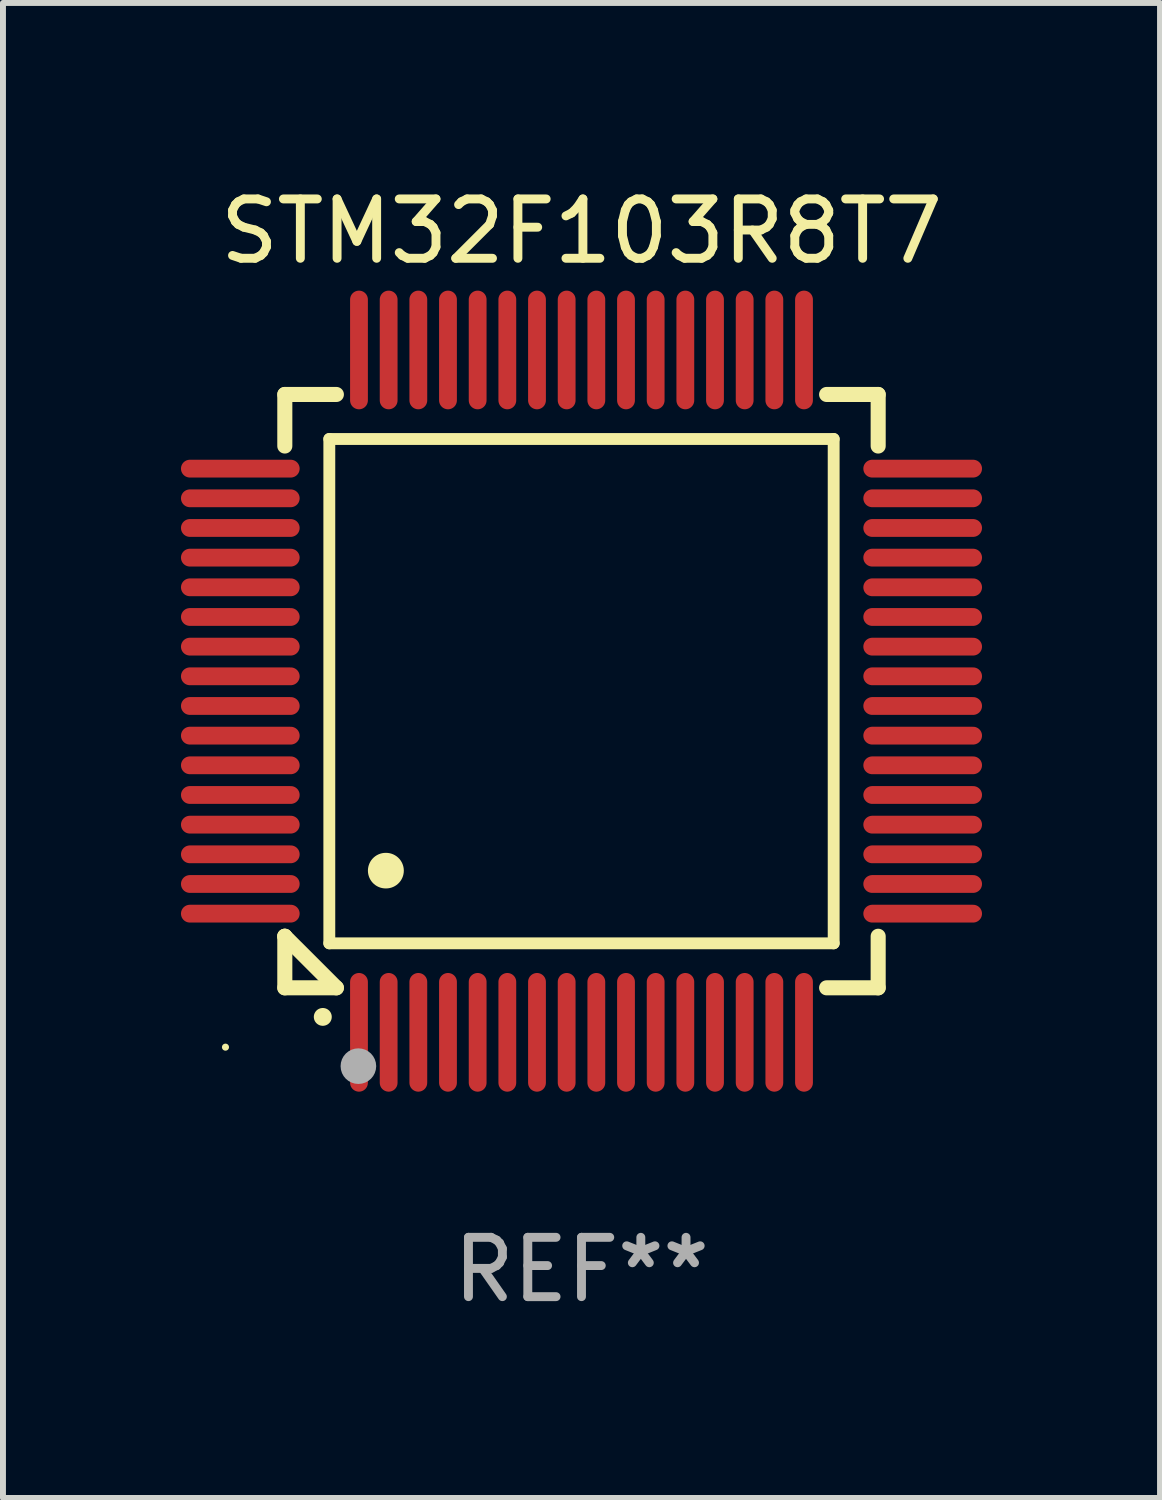
<source format=kicad_pcb>
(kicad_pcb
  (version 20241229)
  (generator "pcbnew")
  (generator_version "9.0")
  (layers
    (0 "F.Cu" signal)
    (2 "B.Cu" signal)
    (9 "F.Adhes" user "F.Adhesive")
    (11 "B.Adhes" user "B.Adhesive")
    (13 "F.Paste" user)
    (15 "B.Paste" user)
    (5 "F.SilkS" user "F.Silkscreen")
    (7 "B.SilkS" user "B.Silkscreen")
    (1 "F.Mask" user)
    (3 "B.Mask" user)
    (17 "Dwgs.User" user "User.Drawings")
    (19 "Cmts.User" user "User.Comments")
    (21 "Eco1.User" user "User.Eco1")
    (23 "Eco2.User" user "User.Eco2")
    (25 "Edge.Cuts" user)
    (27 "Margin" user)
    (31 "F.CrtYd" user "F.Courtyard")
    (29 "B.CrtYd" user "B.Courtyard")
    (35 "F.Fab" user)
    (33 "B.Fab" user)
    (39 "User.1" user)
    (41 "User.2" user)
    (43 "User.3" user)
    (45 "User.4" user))
  (footprint "STM32F103R8T7"
    (layer "F.Cu")
    (at 6.75 8.598)
    (property "Reference" "STM32F103R8T7" (at 0 -7.75 0) (layer "F.SilkS") (effects (font (size 1 1) (thickness 0.15))))
    (attr through_hole)
    (fp_line (start -5 -5) (end -4.131 -5) (stroke (width 0.254) (type solid)) (layer "F.SilkS"))
    (fp_line (start -5 -4.131) (end -5 -5) (stroke (width 0.254) (type solid)) (layer "F.SilkS"))
    (fp_line (start -5 4.131) (end -5 4.131) (stroke (width 0.254) (type solid)) (layer "F.SilkS"))
    (fp_line (start -5 5) (end -5 4.131) (stroke (width 0.254) (type solid)) (layer "F.SilkS"))
    (fp_line (start -5 4.131) (end -4.131 5) (stroke (width 0.254) (type solid)) (layer "F.SilkS"))
    (fp_line (start -4.25 -4.25) (end -4.25 4.25) (stroke (width 0.2) (type solid)) (layer "F.SilkS"))
    (fp_line (start -4.25 4.25) (end 4.25 4.25) (stroke (width 0.2) (type solid)) (layer "F.SilkS"))
    (fp_line (start -4.131 5) (end -5 5) (stroke (width 0.254) (type solid)) (layer "F.SilkS"))
    (fp_line (start 4.25 -4.25) (end -4.25 -4.25) (stroke (width 0.2) (type solid)) (layer "F.SilkS"))
    (fp_line (start 4.25 4.25) (end 4.25 -4.25) (stroke (width 0.2) (type solid)) (layer "F.SilkS"))
    (fp_line (start 5 -5) (end 4.131 -5) (stroke (width 0.254) (type solid)) (layer "F.SilkS"))
    (fp_line (start 5 -5) (end 5 -4.131) (stroke (width 0.254) (type solid)) (layer "F.SilkS"))
    (fp_line (start 5 4.131) (end 5 5) (stroke (width 0.254) (type solid)) (layer "F.SilkS"))
    (fp_line (start 5 5) (end 4.131 5) (stroke (width 0.254) (type solid)) (layer "F.SilkS"))
    (fp_arc (start -4.361265 5.489992) (mid -4.359995 5.489987) (end -4.358725 5.489992) (stroke (width 0.3) (type solid)) (layer "F.SilkS"))
    (fp_arc (start -3.299467 3.025146) (mid -3.296927 3.025135) (end -3.294387 3.025146) (stroke (width 0.6) (type solid)) (layer "F.SilkS"))
    (fp_circle (center -6 6) (end -5.97 6) (stroke (width 0.06) (type solid)) (fill no) (layer "F.SilkS"))
    (fp_circle (center -3.76 6.32) (end -3.61 6.32) (stroke (width 0.3) (type solid)) (fill no) (layer "F.Fab"))
    (fp_text user "REF**" (at 0 9.75 0) (layer "F.Fab") (effects (font (size 1 1) (thickness 0.15))))
    (pad "1" smd oval (at -3.75 5.75) (size 0.3 2) (layers "F.Cu" "F.Mask" "F.Paste"))
    (pad "2" smd oval (at -3.25 5.75) (size 0.3 2) (layers "F.Cu" "F.Mask" "F.Paste"))
    (pad "3" smd oval (at -2.75 5.75) (size 0.3 2) (layers "F.Cu" "F.Mask" "F.Paste"))
    (pad "4" smd oval (at -2.25 5.75) (size 0.3 2) (layers "F.Cu" "F.Mask" "F.Paste"))
    (pad "5" smd oval (at -1.75 5.75) (size 0.3 2) (layers "F.Cu" "F.Mask" "F.Paste"))
    (pad "6" smd oval (at -1.25 5.75) (size 0.3 2) (layers "F.Cu" "F.Mask" "F.Paste"))
    (pad "7" smd oval (at -0.75 5.75) (size 0.3 2) (layers "F.Cu" "F.Mask" "F.Paste"))
    (pad "8" smd oval (at -0.25 5.75) (size 0.3 2) (layers "F.Cu" "F.Mask" "F.Paste"))
    (pad "9" smd oval (at 0.25 5.75) (size 0.3 2) (layers "F.Cu" "F.Mask" "F.Paste"))
    (pad "10" smd oval (at 0.75 5.75) (size 0.3 2) (layers "F.Cu" "F.Mask" "F.Paste"))
    (pad "11" smd oval (at 1.25 5.75) (size 0.3 2) (layers "F.Cu" "F.Mask" "F.Paste"))
    (pad "12" smd oval (at 1.75 5.75) (size 0.3 2) (layers "F.Cu" "F.Mask" "F.Paste"))
    (pad "13" smd oval (at 2.25 5.75) (size 0.3 2) (layers "F.Cu" "F.Mask" "F.Paste"))
    (pad "14" smd oval (at 2.75 5.75) (size 0.3 2) (layers "F.Cu" "F.Mask" "F.Paste"))
    (pad "15" smd oval (at 3.25 5.75) (size 0.3 2) (layers "F.Cu" "F.Mask" "F.Paste"))
    (pad "16" smd oval (at 3.75 5.75) (size 0.3 2) (layers "F.Cu" "F.Mask" "F.Paste"))
    (pad "17" smd oval (at 5.75 3.75) (size 2 0.3) (layers "F.Cu" "F.Mask" "F.Paste"))
    (pad "18" smd oval (at 5.75 3.25) (size 2 0.3) (layers "F.Cu" "F.Mask" "F.Paste"))
    (pad "19" smd oval (at 5.75 2.75) (size 2 0.3) (layers "F.Cu" "F.Mask" "F.Paste"))
    (pad "20" smd oval (at 5.75 2.25) (size 2 0.3) (layers "F.Cu" "F.Mask" "F.Paste"))
    (pad "21" smd oval (at 5.75 1.75) (size 2 0.3) (layers "F.Cu" "F.Mask" "F.Paste"))
    (pad "22" smd oval (at 5.75 1.25) (size 2 0.3) (layers "F.Cu" "F.Mask" "F.Paste"))
    (pad "23" smd oval (at 5.75 0.75) (size 2 0.3) (layers "F.Cu" "F.Mask" "F.Paste"))
    (pad "24" smd oval (at 5.75 0.25) (size 2 0.3) (layers "F.Cu" "F.Mask" "F.Paste"))
    (pad "25" smd oval (at 5.75 -0.25) (size 2 0.3) (layers "F.Cu" "F.Mask" "F.Paste"))
    (pad "26" smd oval (at 5.75 -0.75) (size 2 0.3) (layers "F.Cu" "F.Mask" "F.Paste"))
    (pad "27" smd oval (at 5.75 -1.25) (size 2 0.3) (layers "F.Cu" "F.Mask" "F.Paste"))
    (pad "28" smd oval (at 5.75 -1.75) (size 2 0.3) (layers "F.Cu" "F.Mask" "F.Paste"))
    (pad "29" smd oval (at 5.75 -2.25) (size 2 0.3) (layers "F.Cu" "F.Mask" "F.Paste"))
    (pad "30" smd oval (at 5.75 -2.75) (size 2 0.3) (layers "F.Cu" "F.Mask" "F.Paste"))
    (pad "31" smd oval (at 5.75 -3.25) (size 2 0.3) (layers "F.Cu" "F.Mask" "F.Paste"))
    (pad "32" smd oval (at 5.75 -3.75) (size 2 0.3) (layers "F.Cu" "F.Mask" "F.Paste"))
    (pad "33" smd oval (at 3.75 -5.75) (size 0.3 2) (layers "F.Cu" "F.Mask" "F.Paste"))
    (pad "34" smd oval (at 3.25 -5.75) (size 0.3 2) (layers "F.Cu" "F.Mask" "F.Paste"))
    (pad "35" smd oval (at 2.75 -5.75) (size 0.3 2) (layers "F.Cu" "F.Mask" "F.Paste"))
    (pad "36" smd oval (at 2.25 -5.75) (size 0.3 2) (layers "F.Cu" "F.Mask" "F.Paste"))
    (pad "37" smd oval (at 1.75 -5.75) (size 0.3 2) (layers "F.Cu" "F.Mask" "F.Paste"))
    (pad "38" smd oval (at 1.25 -5.75) (size 0.3 2) (layers "F.Cu" "F.Mask" "F.Paste"))
    (pad "39" smd oval (at 0.75 -5.75) (size 0.3 2) (layers "F.Cu" "F.Mask" "F.Paste"))
    (pad "40" smd oval (at 0.25 -5.75) (size 0.3 2) (layers "F.Cu" "F.Mask" "F.Paste"))
    (pad "41" smd oval (at -0.25 -5.75) (size 0.3 2) (layers "F.Cu" "F.Mask" "F.Paste"))
    (pad "42" smd oval (at -0.75 -5.75) (size 0.3 2) (layers "F.Cu" "F.Mask" "F.Paste"))
    (pad "43" smd oval (at -1.25 -5.75) (size 0.3 2) (layers "F.Cu" "F.Mask" "F.Paste"))
    (pad "44" smd oval (at -1.75 -5.75) (size 0.3 2) (layers "F.Cu" "F.Mask" "F.Paste"))
    (pad "45" smd oval (at -2.25 -5.75) (size 0.3 2) (layers "F.Cu" "F.Mask" "F.Paste"))
    (pad "46" smd oval (at -2.75 -5.75) (size 0.3 2) (layers "F.Cu" "F.Mask" "F.Paste"))
    (pad "47" smd oval (at -3.25 -5.75) (size 0.3 2) (layers "F.Cu" "F.Mask" "F.Paste"))
    (pad "48" smd oval (at -3.75 -5.75) (size 0.3 2) (layers "F.Cu" "F.Mask" "F.Paste"))
    (pad "49" smd oval (at -5.75 -3.75) (size 2 0.3) (layers "F.Cu" "F.Mask" "F.Paste"))
    (pad "50" smd oval (at -5.75 -3.25) (size 2 0.3) (layers "F.Cu" "F.Mask" "F.Paste"))
    (pad "51" smd oval (at -5.75 -2.75) (size 2 0.3) (layers "F.Cu" "F.Mask" "F.Paste"))
    (pad "52" smd oval (at -5.75 -2.25) (size 2 0.3) (layers "F.Cu" "F.Mask" "F.Paste"))
    (pad "53" smd oval (at -5.75 -1.75) (size 2 0.3) (layers "F.Cu" "F.Mask" "F.Paste"))
    (pad "54" smd oval (at -5.75 -1.25) (size 2 0.3) (layers "F.Cu" "F.Mask" "F.Paste"))
    (pad "55" smd oval (at -5.75 -0.75) (size 2 0.3) (layers "F.Cu" "F.Mask" "F.Paste"))
    (pad "56" smd oval (at -5.75 -0.25) (size 2 0.3) (layers "F.Cu" "F.Mask" "F.Paste"))
    (pad "57" smd oval (at -5.75 0.25) (size 2 0.3) (layers "F.Cu" "F.Mask" "F.Paste"))
    (pad "58" smd oval (at -5.75 0.75) (size 2 0.3) (layers "F.Cu" "F.Mask" "F.Paste"))
    (pad "59" smd oval (at -5.75 1.25) (size 2 0.3) (layers "F.Cu" "F.Mask" "F.Paste"))
    (pad "60" smd oval (at -5.75 1.75) (size 2 0.3) (layers "F.Cu" "F.Mask" "F.Paste"))
    (pad "61" smd oval (at -5.75 2.25) (size 2 0.3) (layers "F.Cu" "F.Mask" "F.Paste"))
    (pad "62" smd oval (at -5.75 2.75) (size 2 0.3) (layers "F.Cu" "F.Mask" "F.Paste"))
    (pad "63" smd oval (at -5.75 3.25) (size 2 0.3) (layers "F.Cu" "F.Mask" "F.Paste"))
    (pad "64" smd oval (at -5.75 3.75) (size 2 0.3) (layers "F.Cu" "F.Mask" "F.Paste")))
  (gr_rect
    (start -3 -3)
    (end 16.5 22.196)
    (stroke (width 0.1) (type default))
    (fill no)
    (layer "Edge.Cuts")))
</source>
